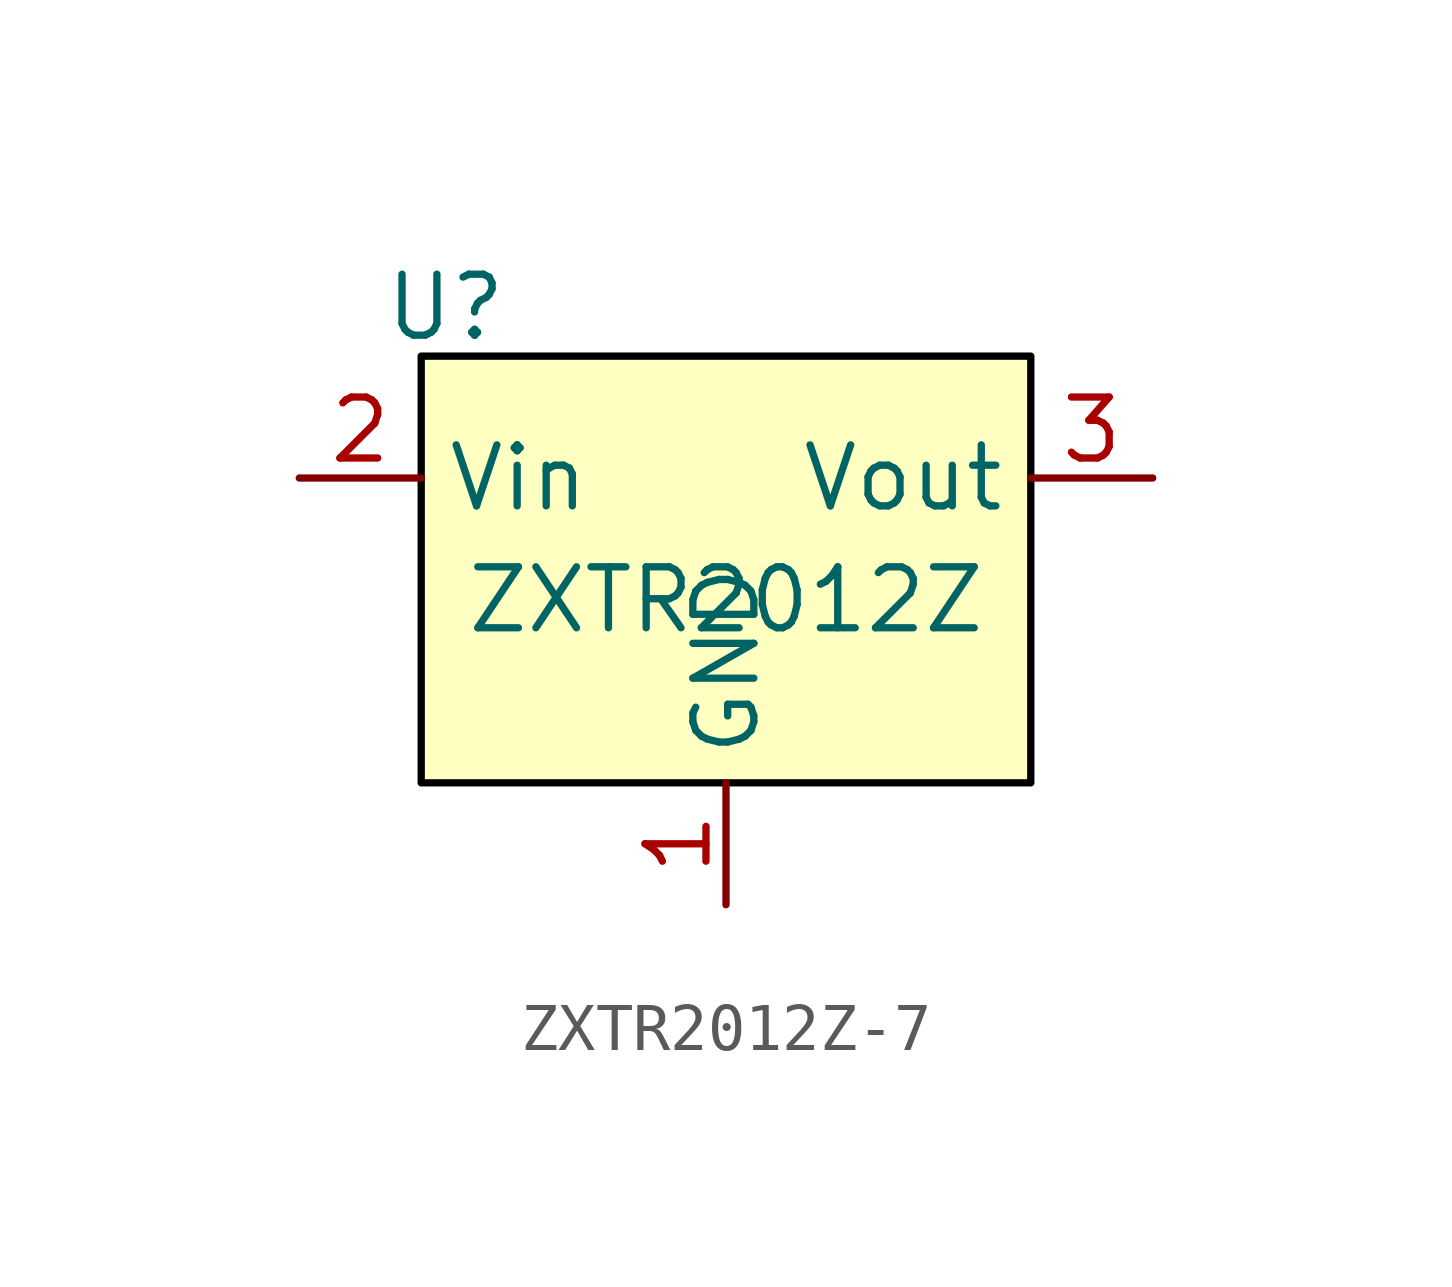
<source format=kicad_sym>
(kicad_symbol_lib
  (version 20241209)
  (generator "kicad_symbol_editor")
  (generator_version "9.0")
  (symbol "ZXTR2012Z-7"
    (property "Reference" "U"
      (at -5.842 6.096 0)
      (effects (font (size 1.27 1.27))))
    (property "Value" "ZXTR2012Z"
      (at 0 0 0)
      (effects (font (size 1.27 1.27))))
    (symbol "ZXTR2012Z-7_1_1"
      (rectangle (start -6.35 5.08) (end 6.35 -3.81) (stroke (width 0) (type solid) (color 0 0 0 1)) (fill (type color) (color 255 255 194 1)))
      (pin power_in line (at -8.89 2.54 0) (length 2.54) (name "Vin" (effects (font (size 1.27 1.27)))) (number "2" (effects (font (size 1.27 1.27)))))
      (pin passive line (at 0 -6.35 90) (length 2.54) (name "GND" (effects (font (size 1.27 1.27)))) (number "1" (effects (font (size 1.27 1.27)))))
      (pin power_out line (at 8.89 2.54 180) (length 2.54) (name "Vout" (effects (font (size 1.27 1.27)))) (number "3" (effects (font (size 1.27 1.27))))))))
</source>
